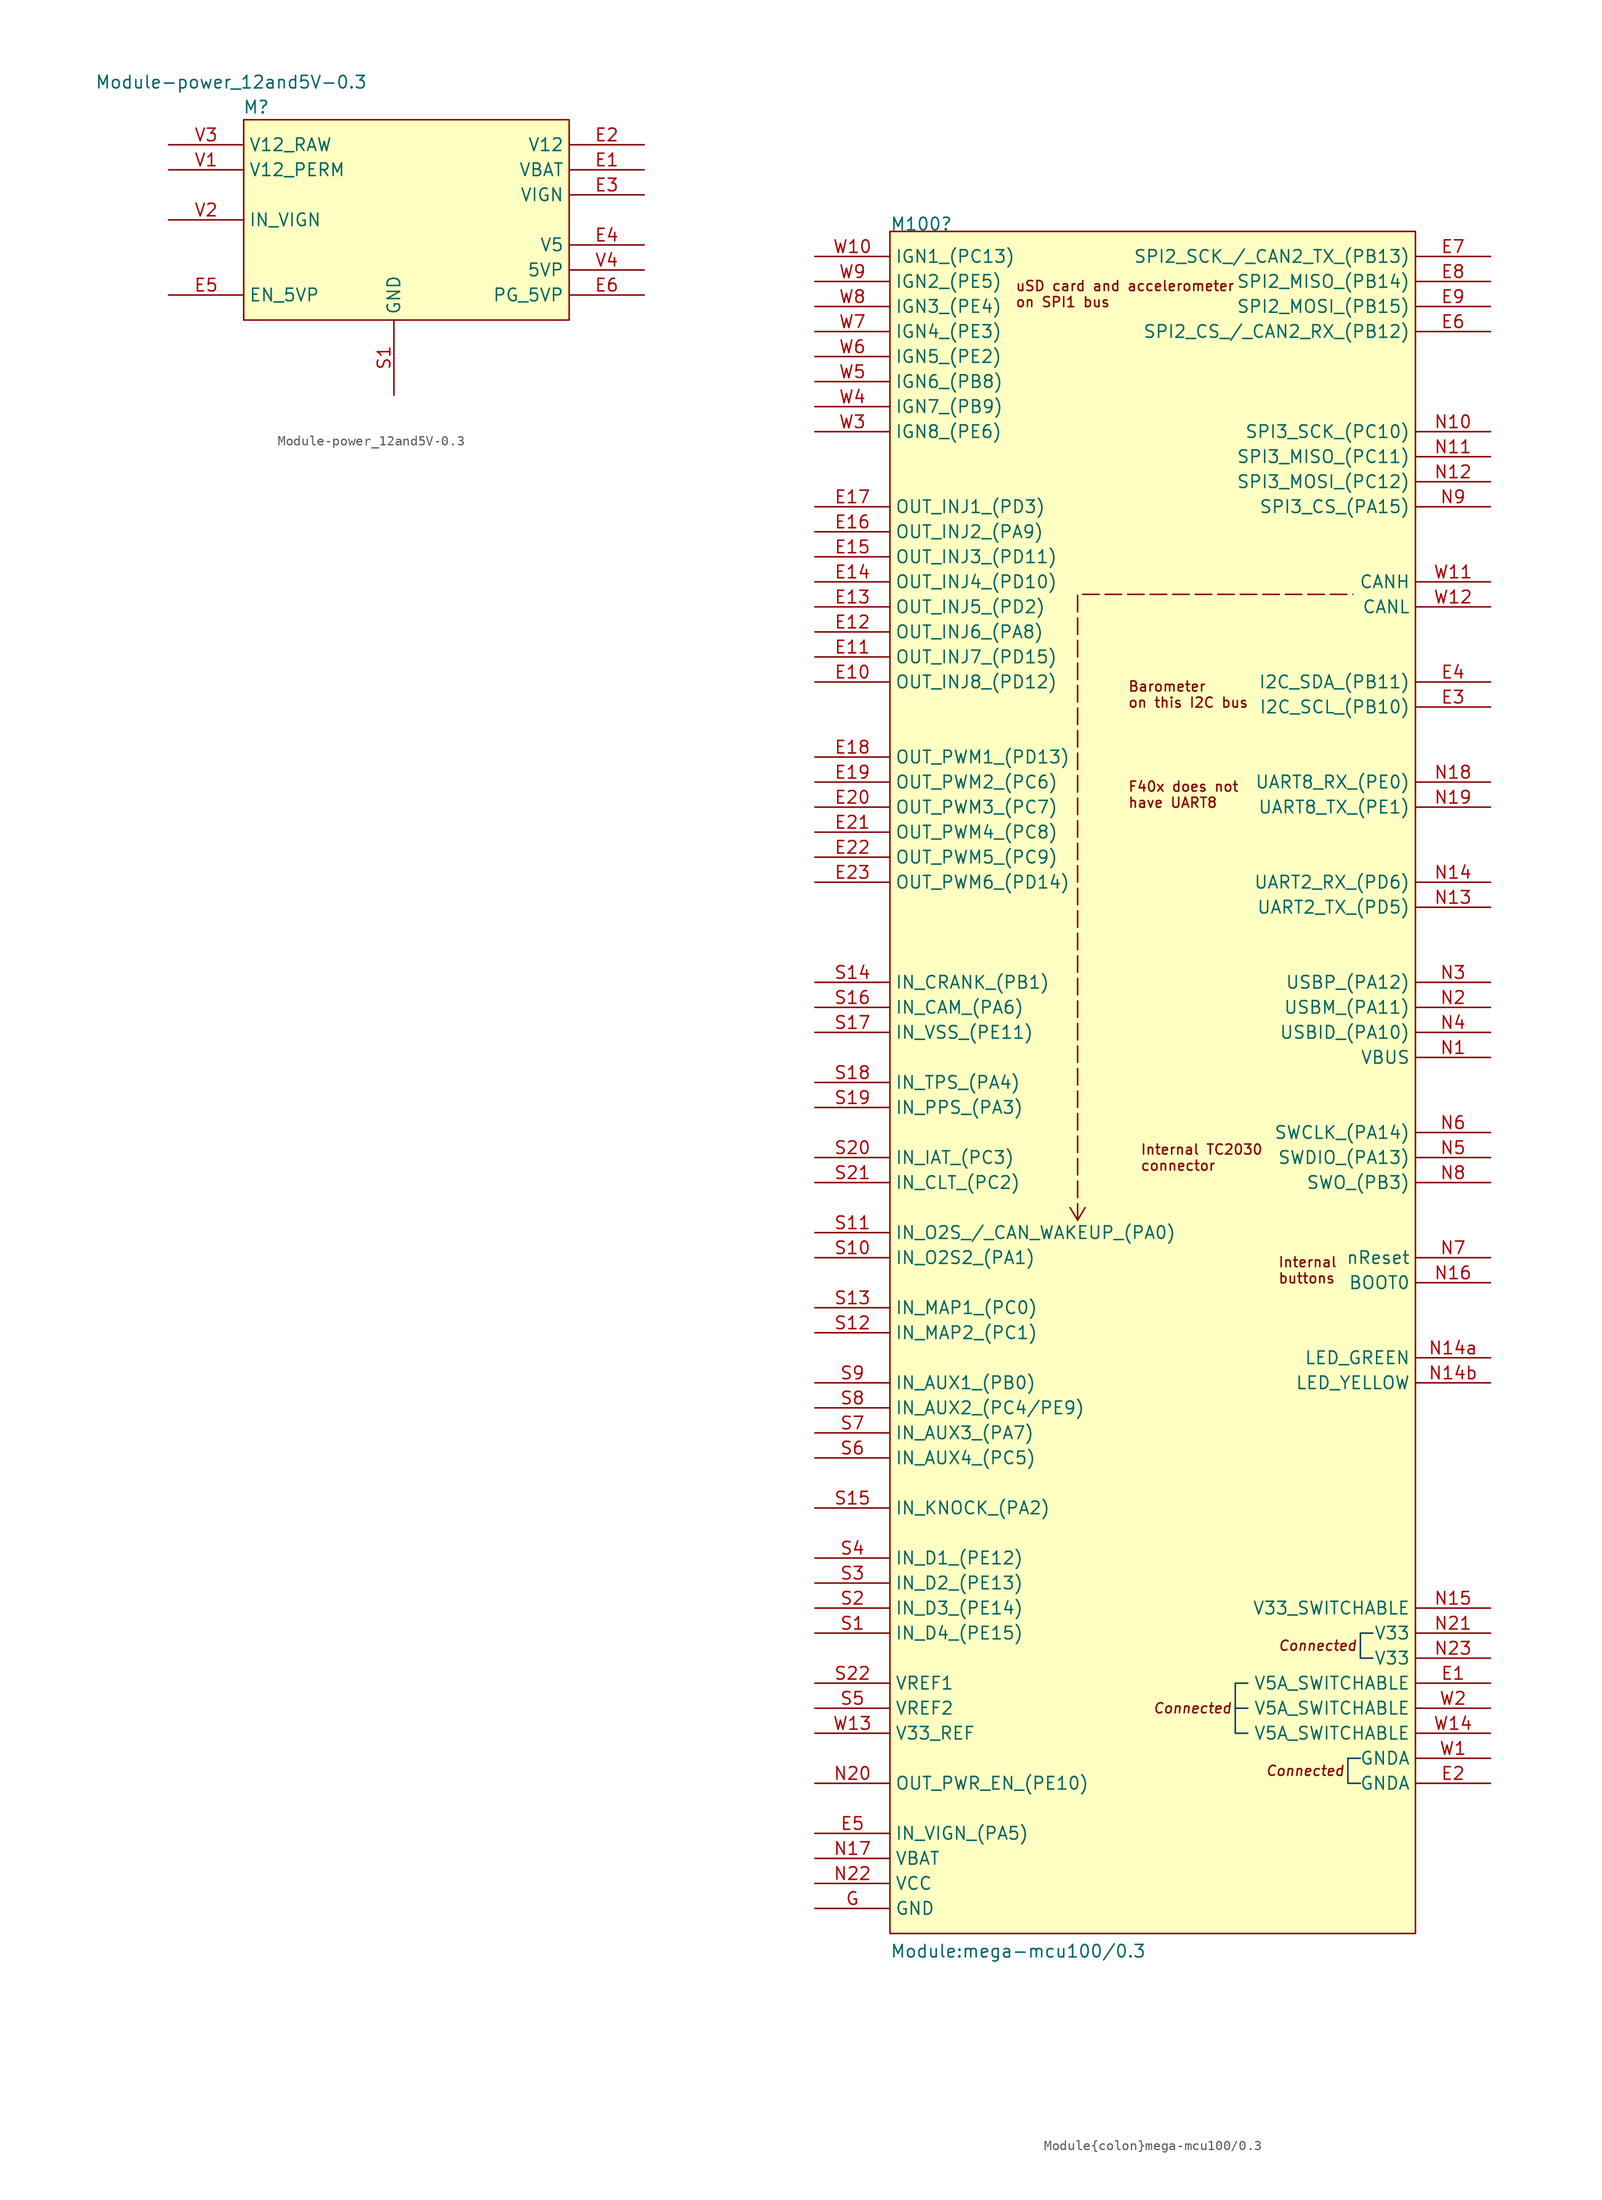
<source format=kicad_sym>
(kicad_symbol_lib
  (version 20241209)
  (generator "kicad_symbol_editor")
  (generator_version "9.0")
  (symbol "Module-power_12and5V-0.3"
    (property "Reference" "M"
      (at 1.27 1.27 0)
      (effects (font (size 1.27 1.27))))
    (property "Value" "Module-power_12and5V-0.3"
      (at -1.27 3.81 0)
      (effects (font (size 1.27 1.27))))
    (symbol "Module-power_12and5V-0.3_1_0"
      (rectangle (start 0 0) (end 33.02 -20.32) (stroke (width 0) (type default)) (fill (type background)))
      (pin passive line (at -7.62 -2.54 0) (length 7.62) (name "V12_RAW" (effects (font (size 1.27 1.27)))) (number "V3" (effects (font (size 1.27 1.27)))))
      (pin passive line (at -7.62 -5.08 0) (length 7.62) (name "V12_PERM" (effects (font (size 1.27 1.27)))) (number "V1" (effects (font (size 1.27 1.27)))))
      (pin passive line (at -7.62 -10.16 0) (length 7.62) (name "IN_VIGN" (effects (font (size 1.27 1.27)))) (number "V2" (effects (font (size 1.27 1.27)))))
      (pin passive line (at -7.62 -17.78 0) (length 7.62) (name "EN_5VP" (effects (font (size 1.27 1.27)))) (number "E5" (effects (font (size 1.27 1.27)))))
      (pin passive line (at 15.24 -27.94 90) (length 7.62) (name "GND" (effects (font (size 1.27 1.27)))) (number "S1" (effects (font (size 1.27 1.27)))))
      (pin passive line (at 40.64 -2.54 180) (length 7.62) (name "V12" (effects (font (size 1.27 1.27)))) (number "E2" (effects (font (size 1.27 1.27)))))
      (pin passive line (at 40.64 -5.08 180) (length 7.62) (name "VBAT" (effects (font (size 1.27 1.27)))) (number "E1" (effects (font (size 1.27 1.27)))))
      (pin passive line (at 40.64 -7.62 180) (length 7.62) (name "VIGN" (effects (font (size 1.27 1.27)))) (number "E3" (effects (font (size 1.27 1.27)))))
      (pin passive line (at 40.64 -12.7 180) (length 7.62) (name "V5" (effects (font (size 1.27 1.27)))) (number "E4" (effects (font (size 1.27 1.27)))))
      (pin passive line (at 40.64 -15.24 180) (length 7.62) (name "5VP" (effects (font (size 1.27 1.27)))) (number "V4" (effects (font (size 1.27 1.27)))))
      (pin passive line (at 40.64 -17.78 180) (length 7.62) (name "PG_5VP" (effects (font (size 1.27 1.27)))) (number "E6" (effects (font (size 1.27 1.27)))))))
  (symbol "Module{colon}mega-mcu100/0.3"
    (property "Reference" "M100"
      (at 7.62 2.54 0)
      (effects (font (size 1.27 1.27)) (justify left bottom)))
    (property "Value" "Module:mega-mcu100/0.3"
      (at 7.62 -172.72 0)
      (effects (font (size 1.27 1.27)) (justify left bottom)))
    (symbol "Module{colon}mega-mcu100/0.3_1_0"
      (rectangle (start 7.62 2.54) (end 60.96 -170.18) (stroke (width 0) (type solid)) (fill (type background)))
      (polyline (pts (xy 26.67 -97.79) (xy 25.908 -96.52)) (stroke (width 0) (type default)) (fill (type none)))
      (polyline (pts (xy 26.67 -97.79) (xy 27.432 -96.52)) (stroke (width 0) (type default)) (fill (type none)))
      (polyline (pts (xy 26.67 -97.79) (xy 26.67 -34.29) (xy 54.61 -34.29)) (stroke (width 0) (type dash)) (fill (type none)))
      (polyline (pts (xy 42.672 -147.32) (xy 43.942 -147.32) (xy 43.942 -147.32) (xy 43.942 -147.32)) (stroke (width 0) (type solid) (color 7 55 99 1)) (fill (type none)))
      (polyline (pts (xy 43.942 -144.78) (xy 42.672 -144.78) (xy 42.672 -149.86) (xy 43.942 -149.86)) (stroke (width 0) (type solid) (color 7 55 99 1)) (fill (type none)))
      (polyline (pts (xy 55.372 -152.4) (xy 54.102 -152.4) (xy 54.102 -154.94) (xy 55.372 -154.94)) (stroke (width 0) (type solid) (color 7 55 99 1)) (fill (type none)))
      (polyline (pts (xy 56.642 -139.7) (xy 55.372 -139.7) (xy 55.372 -142.24) (xy 56.642 -142.24)) (stroke (width 0) (type solid) (color 7 55 99 1)) (fill (type none)))
      (text "uSD card and accelerometer \non SPI1 bus" (at 20.32 -3.81 0) (effects (font (size 1.016 1.016)) (justify left)))
      (text "Barometer\non this I2C bus" (at 31.75 -44.45 0) (effects (font (size 1.016 1.016)) (justify left)))
      (text "F40x does not\nhave UART8" (at 31.75 -54.61 0) (effects (font (size 1.016 1.016)) (justify left)))
      (text "Internal TC2030\nconnector" (at 33.02 -91.44 0) (effects (font (size 1.016 1.016)) (justify left)))
      (text "Connected" (at 34.29 -147.32 0) (effects (font (size 1.016 1.016) (italic yes)) (justify left)))
      (text "Connected" (at 45.72 -153.67 0) (effects (font (size 1.016 1.016) (italic yes)) (justify left)))
      (text "Internal\nbuttons" (at 46.99 -102.87 0) (effects (font (size 1.016 1.016)) (justify left)))
      (text "Connected" (at 46.99 -140.97 0) (effects (font (size 1.016 1.016) (italic yes)) (justify left)))
      (pin passive line (at 0 0 0) (length 7.62) (name "IGN1_(PC13)" (effects (font (size 1.27 1.27)))) (number "W10" (effects (font (size 1.27 1.27)))))
      (pin passive line (at 0 -2.54 0) (length 7.62) (name "IGN2_(PE5)" (effects (font (size 1.27 1.27)))) (number "W9" (effects (font (size 1.27 1.27)))))
      (pin passive line (at 0 -5.08 0) (length 7.62) (name "IGN3_(PE4)" (effects (font (size 1.27 1.27)))) (number "W8" (effects (font (size 1.27 1.27)))))
      (pin passive line (at 0 -7.62 0) (length 7.62) (name "IGN4_(PE3)" (effects (font (size 1.27 1.27)))) (number "W7" (effects (font (size 1.27 1.27)))))
      (pin passive line (at 0 -10.16 0) (length 7.62) (name "IGN5_(PE2)" (effects (font (size 1.27 1.27)))) (number "W6" (effects (font (size 1.27 1.27)))))
      (pin passive line (at 0 -12.7 0) (length 7.62) (name "IGN6_(PB8)" (effects (font (size 1.27 1.27)))) (number "W5" (effects (font (size 1.27 1.27)))))
      (pin passive line (at 0 -15.24 0) (length 7.62) (name "IGN7_(PB9)" (effects (font (size 1.27 1.27)))) (number "W4" (effects (font (size 1.27 1.27)))))
      (pin passive line (at 0 -17.78 0) (length 7.62) (name "IGN8_(PE6)" (effects (font (size 1.27 1.27)))) (number "W3" (effects (font (size 1.27 1.27)))))
      (pin passive line (at 0 -25.4 0) (length 7.62) (name "OUT_INJ1_(PD3)" (effects (font (size 1.27 1.27)))) (number "E17" (effects (font (size 1.27 1.27)))))
      (pin passive line (at 0 -27.94 0) (length 7.62) (name "OUT_INJ2_(PA9)" (effects (font (size 1.27 1.27)))) (number "E16" (effects (font (size 1.27 1.27)))))
      (pin passive line (at 0 -30.48 0) (length 7.62) (name "OUT_INJ3_(PD11)" (effects (font (size 1.27 1.27)))) (number "E15" (effects (font (size 1.27 1.27)))))
      (pin passive line (at 0 -33.02 0) (length 7.62) (name "OUT_INJ4_(PD10)" (effects (font (size 1.27 1.27)))) (number "E14" (effects (font (size 1.27 1.27)))))
      (pin passive line (at 0 -35.56 0) (length 7.62) (name "OUT_INJ5_(PD2)" (effects (font (size 1.27 1.27)))) (number "E13" (effects (font (size 1.27 1.27)))))
      (pin passive line (at 0 -38.1 0) (length 7.62) (name "OUT_INJ6_(PA8)" (effects (font (size 1.27 1.27)))) (number "E12" (effects (font (size 1.27 1.27)))))
      (pin passive line (at 0 -40.64 0) (length 7.62) (name "OUT_INJ7_(PD15)" (effects (font (size 1.27 1.27)))) (number "E11" (effects (font (size 1.27 1.27)))))
      (pin passive line (at 0 -43.18 0) (length 7.62) (name "OUT_INJ8_(PD12)" (effects (font (size 1.27 1.27)))) (number "E10" (effects (font (size 1.27 1.27)))))
      (pin passive line (at 0 -50.8 0) (length 7.62) (name "OUT_PWM1_(PD13)" (effects (font (size 1.27 1.27)))) (number "E18" (effects (font (size 1.27 1.27)))))
      (pin passive line (at 0 -53.34 0) (length 7.62) (name "OUT_PWM2_(PC6)" (effects (font (size 1.27 1.27)))) (number "E19" (effects (font (size 1.27 1.27)))))
      (pin passive line (at 0 -55.88 0) (length 7.62) (name "OUT_PWM3_(PC7)" (effects (font (size 1.27 1.27)))) (number "E20" (effects (font (size 1.27 1.27)))))
      (pin passive line (at 0 -58.42 0) (length 7.62) (name "OUT_PWM4_(PC8)" (effects (font (size 1.27 1.27)))) (number "E21" (effects (font (size 1.27 1.27)))))
      (pin passive line (at 0 -60.96 0) (length 7.62) (name "OUT_PWM5_(PC9)" (effects (font (size 1.27 1.27)))) (number "E22" (effects (font (size 1.27 1.27)))))
      (pin passive line (at 0 -63.5 0) (length 7.62) (name "OUT_PWM6_(PD14)" (effects (font (size 1.27 1.27)))) (number "E23" (effects (font (size 1.27 1.27)))))
      (pin passive line (at 0 -73.66 0) (length 7.62) (name "IN_CRANK_(PB1)" (effects (font (size 1.27 1.27)))) (number "S14" (effects (font (size 1.27 1.27)))))
      (pin passive line (at 0 -76.2 0) (length 7.62) (name "IN_CAM_(PA6)" (effects (font (size 1.27 1.27)))) (number "S16" (effects (font (size 1.27 1.27)))))
      (pin passive line (at 0 -78.74 0) (length 7.62) (name "IN_VSS_(PE11)" (effects (font (size 1.27 1.27)))) (number "S17" (effects (font (size 1.27 1.27)))))
      (pin passive line (at 0 -83.82 0) (length 7.62) (name "IN_TPS_(PA4)" (effects (font (size 1.27 1.27)))) (number "S18" (effects (font (size 1.27 1.27)))))
      (pin passive line (at 0 -86.36 0) (length 7.62) (name "IN_PPS_(PA3)" (effects (font (size 1.27 1.27)))) (number "S19" (effects (font (size 1.27 1.27)))))
      (pin passive line (at 0 -91.44 0) (length 7.62) (name "IN_IAT_(PC3)" (effects (font (size 1.27 1.27)))) (number "S20" (effects (font (size 1.27 1.27)))))
      (pin passive line (at 0 -93.98 0) (length 7.62) (name "IN_CLT_(PC2)" (effects (font (size 1.27 1.27)))) (number "S21" (effects (font (size 1.27 1.27)))))
      (pin passive line (at 0 -99.06 0) (length 7.62) (name "IN_O2S_/_CAN_WAKEUP_(PA0)" (effects (font (size 1.27 1.27)))) (number "S11" (effects (font (size 1.27 1.27)))))
      (pin passive line (at 0 -101.6 0) (length 7.62) (name "IN_O2S2_(PA1)" (effects (font (size 1.27 1.27)))) (number "S10" (effects (font (size 1.27 1.27)))))
      (pin passive line (at 0 -106.68 0) (length 7.62) (name "IN_MAP1_(PC0)" (effects (font (size 1.27 1.27)))) (number "S13" (effects (font (size 1.27 1.27)))))
      (pin passive line (at 0 -109.22 0) (length 7.62) (name "IN_MAP2_(PC1)" (effects (font (size 1.27 1.27)))) (number "S12" (effects (font (size 1.27 1.27)))))
      (pin passive line (at 0 -114.3 0) (length 7.62) (name "IN_AUX1_(PB0)" (effects (font (size 1.27 1.27)))) (number "S9" (effects (font (size 1.27 1.27)))))
      (pin passive line (at 0 -116.84 0) (length 7.62) (name "IN_AUX2_(PC4/PE9)" (effects (font (size 1.27 1.27)))) (number "S8" (effects (font (size 1.27 1.27)))))
      (pin passive line (at 0 -119.38 0) (length 7.62) (name "IN_AUX3_(PA7)" (effects (font (size 1.27 1.27)))) (number "S7" (effects (font (size 1.27 1.27)))))
      (pin passive line (at 0 -121.92 0) (length 7.62) (name "IN_AUX4_(PC5)" (effects (font (size 1.27 1.27)))) (number "S6" (effects (font (size 1.27 1.27)))))
      (pin passive line (at 0 -127 0) (length 7.62) (name "IN_KNOCK_(PA2)" (effects (font (size 1.27 1.27)))) (number "S15" (effects (font (size 1.27 1.27)))))
      (pin passive line (at 0 -132.08 0) (length 7.62) (name "IN_D1_(PE12)" (effects (font (size 1.27 1.27)))) (number "S4" (effects (font (size 1.27 1.27)))))
      (pin passive line (at 0 -134.62 0) (length 7.62) (name "IN_D2_(PE13)" (effects (font (size 1.27 1.27)))) (number "S3" (effects (font (size 1.27 1.27)))))
      (pin passive line (at 0 -137.16 0) (length 7.62) (name "IN_D3_(PE14)" (effects (font (size 1.27 1.27)))) (number "S2" (effects (font (size 1.27 1.27)))))
      (pin passive line (at 0 -139.7 0) (length 7.62) (name "IN_D4_(PE15)" (effects (font (size 1.27 1.27)))) (number "S1" (effects (font (size 1.27 1.27)))))
      (pin passive line (at 0 -144.78 0) (length 7.62) (name "VREF1" (effects (font (size 1.27 1.27)))) (number "S22" (effects (font (size 1.27 1.27)))))
      (pin passive line (at 0 -147.32 0) (length 7.62) (name "VREF2" (effects (font (size 1.27 1.27)))) (number "S5" (effects (font (size 1.27 1.27)))))
      (pin passive line (at 0 -149.86 0) (length 7.62) (name "V33_REF" (effects (font (size 1.27 1.27)))) (number "W13" (effects (font (size 1.27 1.27)))))
      (pin passive line (at 0 -154.94 0) (length 7.62) (name "OUT_PWR_EN_(PE10)" (effects (font (size 1.27 1.27)))) (number "N20" (effects (font (size 1.27 1.27)))))
      (pin passive line (at 0 -160.02 0) (length 7.62) (name "IN_VIGN_(PA5)" (effects (font (size 1.27 1.27)))) (number "E5" (effects (font (size 1.27 1.27)))))
      (pin passive line (at 0 -162.56 0) (length 7.62) (name "VBAT" (effects (font (size 1.27 1.27)))) (number "N17" (effects (font (size 1.27 1.27)))))
      (pin passive line (at 0 -165.1 0) (length 7.62) (name "VCC" (effects (font (size 1.27 1.27)))) (number "N22" (effects (font (size 1.27 1.27)))))
      (pin passive line (at 0 -167.64 0) (length 7.62) (name "GND" (effects (font (size 1.27 1.27)))) (number "G" (effects (font (size 1.27 1.27)))))
      (pin passive line (at 68.58 0 180) (length 7.62) (name "SPI2_SCK_/_CAN2_TX_(PB13)" (effects (font (size 1.27 1.27)))) (number "E7" (effects (font (size 1.27 1.27)))))
      (pin passive line (at 68.58 -2.54 180) (length 7.62) (name "SPI2_MISO_(PB14)" (effects (font (size 1.27 1.27)))) (number "E8" (effects (font (size 1.27 1.27)))))
      (pin passive line (at 68.58 -5.08 180) (length 7.62) (name "SPI2_MOSI_(PB15)" (effects (font (size 1.27 1.27)))) (number "E9" (effects (font (size 1.27 1.27)))))
      (pin passive line (at 68.58 -7.62 180) (length 7.62) (name "SPI2_CS_/_CAN2_RX_(PB12)" (effects (font (size 1.27 1.27)))) (number "E6" (effects (font (size 1.27 1.27)))))
      (pin passive line (at 68.58 -17.78 180) (length 7.62) (name "SPI3_SCK_(PC10)" (effects (font (size 1.27 1.27)))) (number "N10" (effects (font (size 1.27 1.27)))))
      (pin passive line (at 68.58 -20.32 180) (length 7.62) (name "SPI3_MISO_(PC11)" (effects (font (size 1.27 1.27)))) (number "N11" (effects (font (size 1.27 1.27)))))
      (pin passive line (at 68.58 -22.86 180) (length 7.62) (name "SPI3_MOSI_(PC12)" (effects (font (size 1.27 1.27)))) (number "N12" (effects (font (size 1.27 1.27)))))
      (pin passive line (at 68.58 -25.4 180) (length 7.62) (name "SPI3_CS_(PA15)" (effects (font (size 1.27 1.27)))) (number "N9" (effects (font (size 1.27 1.27)))))
      (pin passive line (at 68.58 -33.02 180) (length 7.62) (name "CANH" (effects (font (size 1.27 1.27)))) (number "W11" (effects (font (size 1.27 1.27)))))
      (pin passive line (at 68.58 -35.56 180) (length 7.62) (name "CANL" (effects (font (size 1.27 1.27)))) (number "W12" (effects (font (size 1.27 1.27)))))
      (pin passive line (at 68.58 -43.18 180) (length 7.62) (name "I2C_SDA_(PB11)" (effects (font (size 1.27 1.27)))) (number "E4" (effects (font (size 1.27 1.27)))))
      (pin passive line (at 68.58 -45.72 180) (length 7.62) (name "I2C_SCL_(PB10)" (effects (font (size 1.27 1.27)))) (number "E3" (effects (font (size 1.27 1.27)))))
      (pin passive line (at 68.58 -53.34 180) (length 7.62) (name "UART8_RX_(PE0)" (effects (font (size 1.27 1.27)))) (number "N18" (effects (font (size 1.27 1.27)))))
      (pin passive line (at 68.58 -55.88 180) (length 7.62) (name "UART8_TX_(PE1)" (effects (font (size 1.27 1.27)))) (number "N19" (effects (font (size 1.27 1.27)))))
      (pin passive line (at 68.58 -63.5 180) (length 7.62) (name "UART2_RX_(PD6)" (effects (font (size 1.27 1.27)))) (number "N14" (effects (font (size 1.27 1.27)))))
      (pin passive line (at 68.58 -66.04 180) (length 7.62) (name "UART2_TX_(PD5)" (effects (font (size 1.27 1.27)))) (number "N13" (effects (font (size 1.27 1.27)))))
      (pin passive line (at 68.58 -73.66 180) (length 7.62) (name "USBP_(PA12)" (effects (font (size 1.27 1.27)))) (number "N3" (effects (font (size 1.27 1.27)))))
      (pin passive line (at 68.58 -76.2 180) (length 7.62) (name "USBM_(PA11)" (effects (font (size 1.27 1.27)))) (number "N2" (effects (font (size 1.27 1.27)))))
      (pin passive line (at 68.58 -78.74 180) (length 7.62) (name "USBID_(PA10)" (effects (font (size 1.27 1.27)))) (number "N4" (effects (font (size 1.27 1.27)))))
      (pin passive line (at 68.58 -81.28 180) (length 7.62) (name "VBUS" (effects (font (size 1.27 1.27)))) (number "N1" (effects (font (size 1.27 1.27)))))
      (pin passive line (at 68.58 -88.9 180) (length 7.62) (name "SWCLK_(PA14)" (effects (font (size 1.27 1.27)))) (number "N6" (effects (font (size 1.27 1.27)))))
      (pin passive line (at 68.58 -91.44 180) (length 7.62) (name "SWDIO_(PA13)" (effects (font (size 1.27 1.27)))) (number "N5" (effects (font (size 1.27 1.27)))))
      (pin passive line (at 68.58 -93.98 180) (length 7.62) (name "SWO_(PB3)" (effects (font (size 1.27 1.27)))) (number "N8" (effects (font (size 1.27 1.27)))))
      (pin passive line (at 68.58 -101.6 180) (length 7.62) (name "nReset" (effects (font (size 1.27 1.27)))) (number "N7" (effects (font (size 1.27 1.27)))))
      (pin passive line (at 68.58 -104.14 180) (length 7.62) (name "BOOT0" (effects (font (size 1.27 1.27)))) (number "N16" (effects (font (size 1.27 1.27)))))
      (pin passive line (at 68.58 -111.76 180) (length 7.62) (name "LED_GREEN" (effects (font (size 1.27 1.27)))) (number "N14a" (effects (font (size 1.27 1.27)))))
      (pin passive line (at 68.58 -114.3 180) (length 7.62) (name "LED_YELLOW" (effects (font (size 1.27 1.27)))) (number "N14b" (effects (font (size 1.27 1.27)))))
      (pin passive line (at 68.58 -137.16 180) (length 7.62) (name "V33_SWITCHABLE" (effects (font (size 1.27 1.27)))) (number "N15" (effects (font (size 1.27 1.27)))))
      (pin passive line (at 68.58 -139.7 180) (length 7.62) (name "V33" (effects (font (size 1.27 1.27)))) (number "N21" (effects (font (size 1.27 1.27)))))
      (pin passive line (at 68.58 -142.24 180) (length 7.62) (name "V33" (effects (font (size 1.27 1.27)))) (number "N23" (effects (font (size 1.27 1.27)))))
      (pin passive line (at 68.58 -144.78 180) (length 7.62) (name "V5A_SWITCHABLE" (effects (font (size 1.27 1.27)))) (number "E1" (effects (font (size 1.27 1.27)))))
      (pin passive line (at 68.58 -147.32 180) (length 7.62) (name "V5A_SWITCHABLE" (effects (font (size 1.27 1.27)))) (number "W2" (effects (font (size 1.27 1.27)))))
      (pin passive line (at 68.58 -149.86 180) (length 7.62) (name "V5A_SWITCHABLE" (effects (font (size 1.27 1.27)))) (number "W14" (effects (font (size 1.27 1.27)))))
      (pin passive line (at 68.58 -152.4 180) (length 7.62) (name "GNDA" (effects (font (size 1.27 1.27)))) (number "W1" (effects (font (size 1.27 1.27)))))
      (pin passive line (at 68.58 -154.94 180) (length 7.62) (name "GNDA" (effects (font (size 1.27 1.27)))) (number "E2" (effects (font (size 1.27 1.27))))))))
</source>
